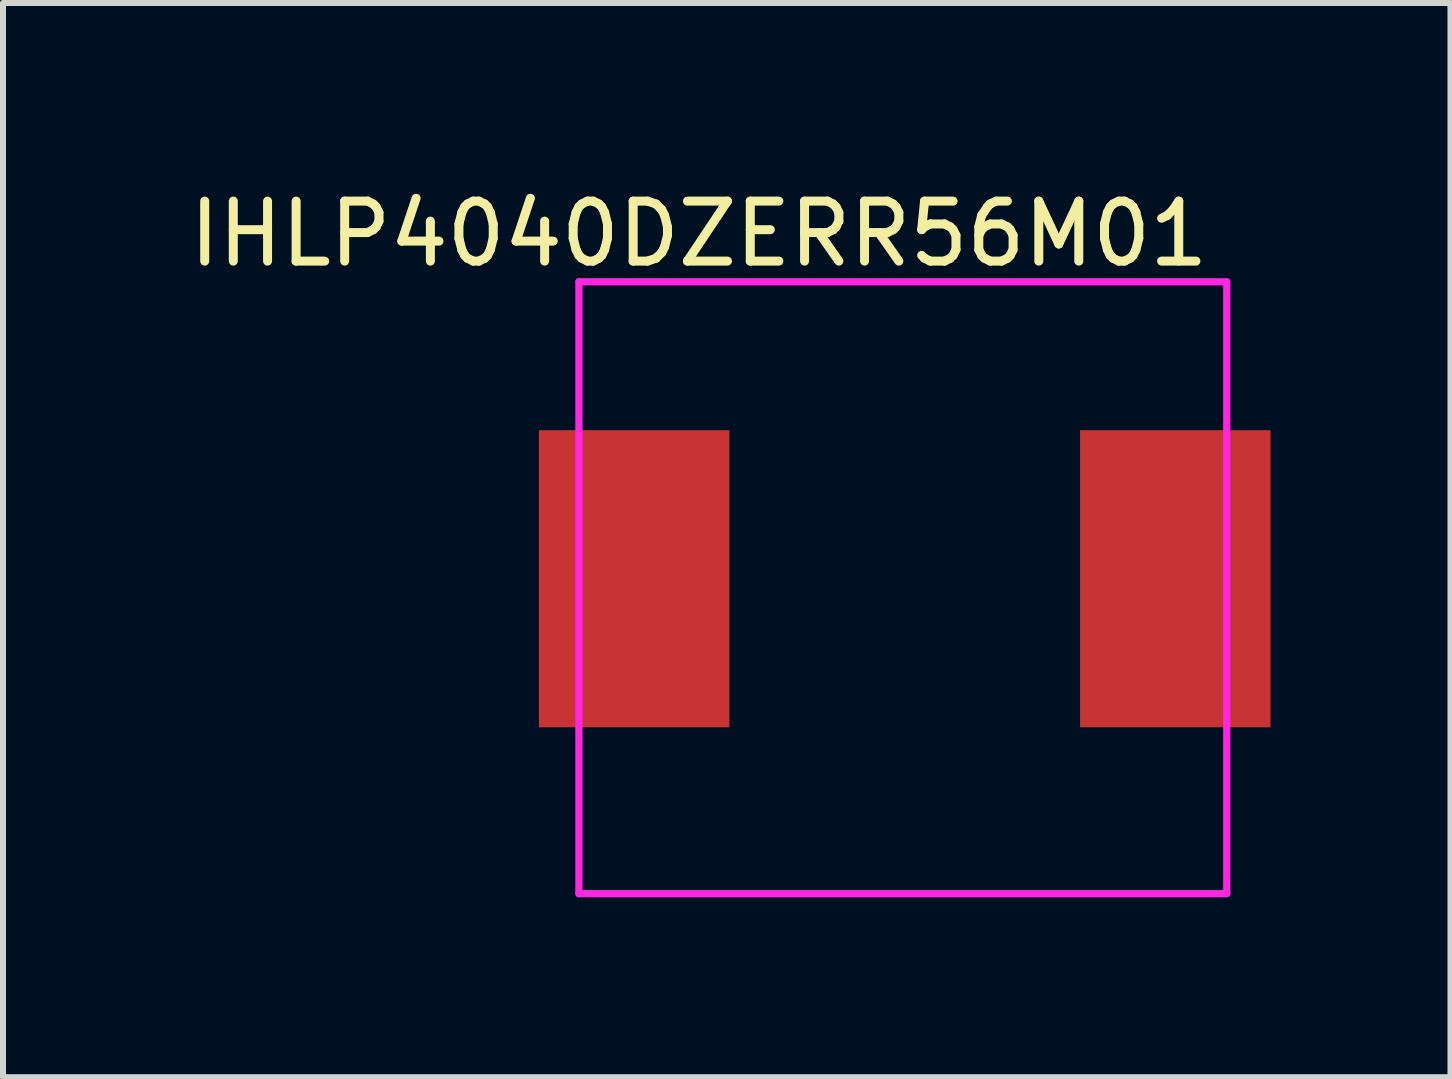
<source format=kicad_pcb>
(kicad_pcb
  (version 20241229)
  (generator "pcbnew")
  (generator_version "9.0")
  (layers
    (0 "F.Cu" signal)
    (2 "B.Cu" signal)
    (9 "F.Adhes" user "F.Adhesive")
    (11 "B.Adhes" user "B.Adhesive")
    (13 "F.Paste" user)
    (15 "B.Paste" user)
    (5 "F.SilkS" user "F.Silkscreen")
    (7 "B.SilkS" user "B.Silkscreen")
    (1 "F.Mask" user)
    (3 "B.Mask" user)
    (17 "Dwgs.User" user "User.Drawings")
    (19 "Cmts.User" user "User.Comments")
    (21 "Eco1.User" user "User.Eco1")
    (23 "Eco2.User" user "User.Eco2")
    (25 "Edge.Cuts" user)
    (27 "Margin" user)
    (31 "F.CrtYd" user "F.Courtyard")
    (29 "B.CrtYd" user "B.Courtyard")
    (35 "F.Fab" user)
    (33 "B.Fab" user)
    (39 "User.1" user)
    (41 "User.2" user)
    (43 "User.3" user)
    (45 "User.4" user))
  (footprint "IHLP4040DZERR56M01"
    (layer "F.Cu")
    (at 6.561 5.148)
    (property "Reference" "IHLP4040DZERR56M01" (at 2.04 -4.3 0) (layer "F.SilkS") (effects (font (size 1 1) (thickness 0.15))))
    (attr through_hole)
    (fp_line (start 0.04 -3.5) (end 0.04 6.7) (stroke (width 0.12) (type solid)) (layer "F.CrtYd"))
    (fp_line (start 0.04 6.7) (end 10.84 6.7) (stroke (width 0.12) (type solid)) (layer "F.CrtYd"))
    (fp_line (start 10.84 -3.5) (end 0.04 -3.5) (stroke (width 0.12) (type solid)) (layer "F.CrtYd"))
    (fp_line (start 10.84 6.7) (end 10.84 -3.5) (stroke (width 0.12) (type solid)) (layer "F.CrtYd"))
    (pad "1" smd rect (at 0.96 1.45) (size 3.175 4.953) (layers "F.Cu" "F.Mask" "F.Paste"))
    (pad "2" smd rect (at 9.982 1.45) (size 3.175 4.953) (layers "F.Cu" "F.Mask" "F.Paste")))
  (gr_rect
    (start -3 -3)
    (end 21.131 14.908)
    (stroke (width 0.1) (type default))
    (fill no)
    (layer "Edge.Cuts")))
</source>
